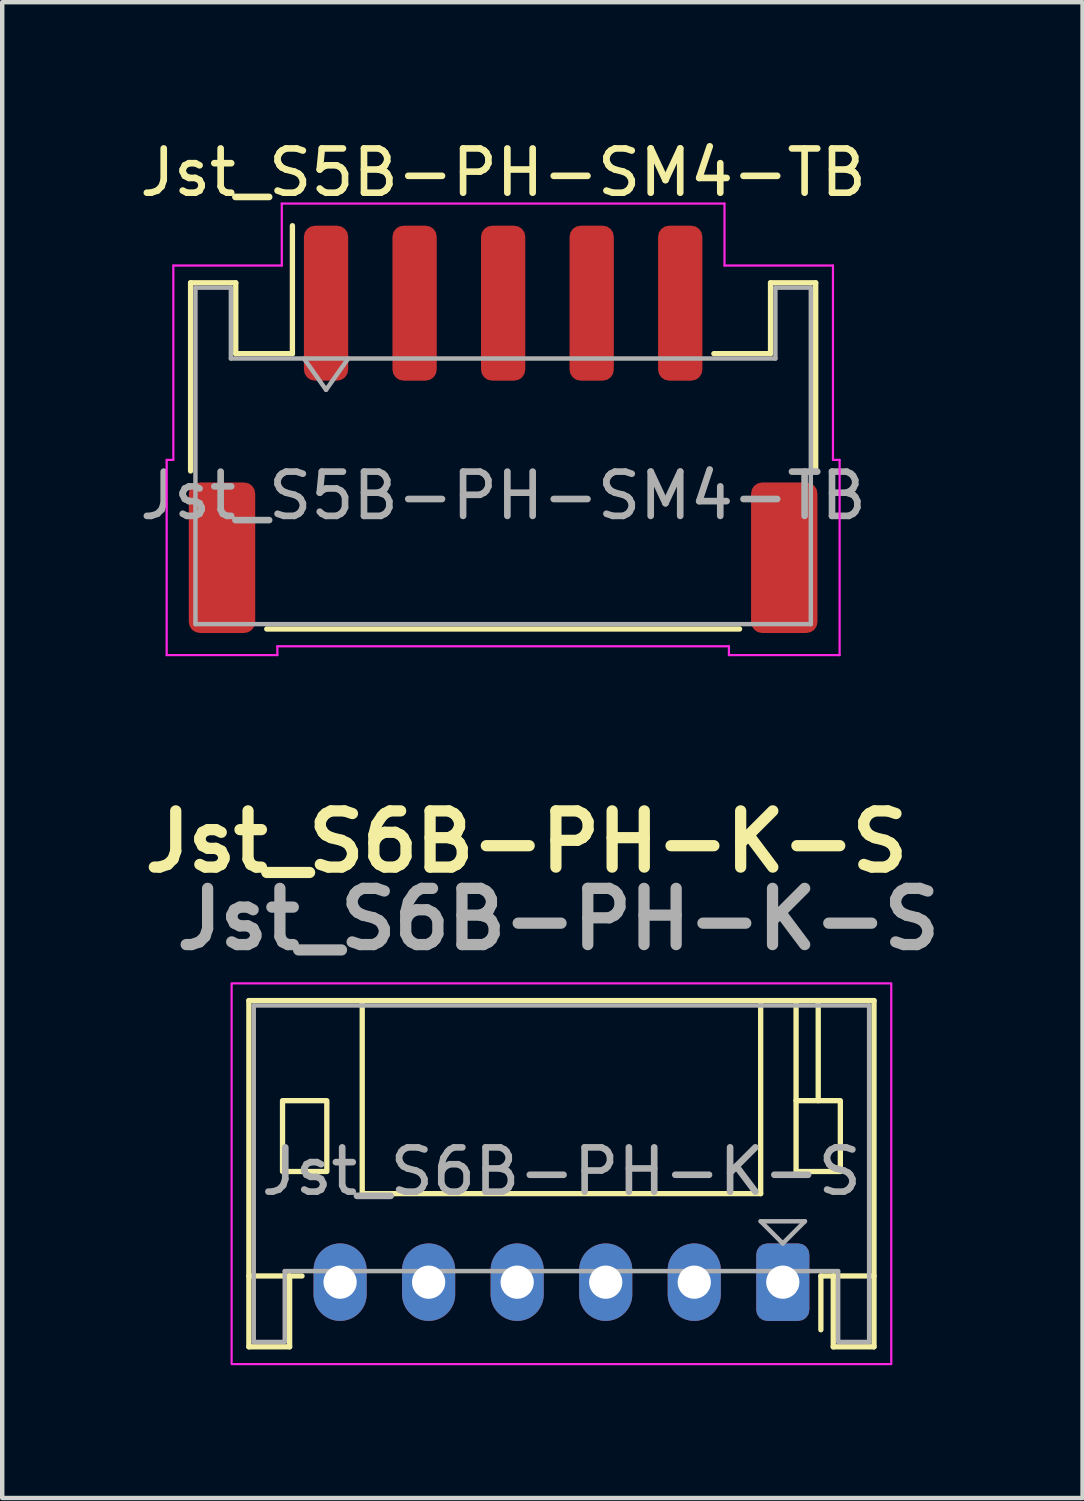
<source format=kicad_pcb>
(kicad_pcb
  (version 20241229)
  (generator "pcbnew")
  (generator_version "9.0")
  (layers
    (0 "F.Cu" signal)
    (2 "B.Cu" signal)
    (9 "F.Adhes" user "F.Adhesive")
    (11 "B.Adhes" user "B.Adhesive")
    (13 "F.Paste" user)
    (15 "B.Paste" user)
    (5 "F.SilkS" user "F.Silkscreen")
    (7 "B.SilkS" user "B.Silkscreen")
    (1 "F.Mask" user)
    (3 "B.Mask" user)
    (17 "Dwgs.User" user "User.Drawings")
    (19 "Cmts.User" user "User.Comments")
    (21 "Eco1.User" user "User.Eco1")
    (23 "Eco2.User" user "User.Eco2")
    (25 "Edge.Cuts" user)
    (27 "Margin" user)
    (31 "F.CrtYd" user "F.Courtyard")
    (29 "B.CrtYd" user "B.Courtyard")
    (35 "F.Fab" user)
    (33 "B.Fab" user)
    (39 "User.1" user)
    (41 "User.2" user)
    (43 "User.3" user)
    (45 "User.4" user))
  (footprint "Jst_S5B-PH-SM4-TB"
    (layer "F.Cu")
    (at 8.315 6.648)
    (property "Reference" "Jst_S5B-PH-SM4-TB" (at 0 -5.8 0) (layer "F.SilkS") (effects (font (size 1 1) (thickness 0.15))))
    (attr smd)
    (fp_line (start -7.06 -3.31) (end -6.04 -3.31) (stroke (width 0.12) (type solid)) (layer "F.SilkS"))
    (fp_line (start -7.06 0.94) (end -7.06 -3.31) (stroke (width 0.12) (type solid)) (layer "F.SilkS"))
    (fp_line (start -6.04 -3.31) (end -6.04 -1.71) (stroke (width 0.12) (type solid)) (layer "F.SilkS"))
    (fp_line (start -6.04 -1.71) (end -4.76 -1.71) (stroke (width 0.12) (type solid)) (layer "F.SilkS"))
    (fp_line (start -5.34 4.51) (end 5.34 4.51) (stroke (width 0.12) (type solid)) (layer "F.SilkS"))
    (fp_line (start -4.76 -1.71) (end -4.76 -4.6) (stroke (width 0.12) (type solid)) (layer "F.SilkS"))
    (fp_line (start 6.04 -3.31) (end 6.04 -1.71) (stroke (width 0.12) (type solid)) (layer "F.SilkS"))
    (fp_line (start 6.04 -1.71) (end 4.76 -1.71) (stroke (width 0.12) (type solid)) (layer "F.SilkS"))
    (fp_line (start 7.06 -3.31) (end 6.04 -3.31) (stroke (width 0.12) (type solid)) (layer "F.SilkS"))
    (fp_line (start 7.06 0.94) (end 7.06 -3.31) (stroke (width 0.12) (type solid)) (layer "F.SilkS"))
    (fp_line (start -7.6 0.69) (end -7.45 0.69) (stroke (width 0.05) (type solid)) (layer "F.CrtYd"))
    (fp_line (start -7.6 5.1) (end -7.6 0.69) (stroke (width 0.05) (type solid)) (layer "F.CrtYd"))
    (fp_line (start -7.45 -3.7) (end -5 -3.7) (stroke (width 0.05) (type solid)) (layer "F.CrtYd"))
    (fp_line (start -7.45 0.69) (end -7.45 -3.7) (stroke (width 0.05) (type solid)) (layer "F.CrtYd"))
    (fp_line (start -5.1 4.9) (end -5.1 5.1) (stroke (width 0.05) (type solid)) (layer "F.CrtYd"))
    (fp_line (start -5.1 5.1) (end -7.6 5.1) (stroke (width 0.05) (type solid)) (layer "F.CrtYd"))
    (fp_line (start -5 -5.1) (end 5 -5.1) (stroke (width 0.05) (type solid)) (layer "F.CrtYd"))
    (fp_line (start -5 -3.7) (end -5 -5.1) (stroke (width 0.05) (type solid)) (layer "F.CrtYd"))
    (fp_line (start 5 -5.1) (end 5 -3.7) (stroke (width 0.05) (type solid)) (layer "F.CrtYd"))
    (fp_line (start 5 -3.7) (end 7.45 -3.7) (stroke (width 0.05) (type solid)) (layer "F.CrtYd"))
    (fp_line (start 5.1 4.9) (end -5.1 4.9) (stroke (width 0.05) (type solid)) (layer "F.CrtYd"))
    (fp_line (start 5.1 5.1) (end 5.1 4.9) (stroke (width 0.05) (type solid)) (layer "F.CrtYd"))
    (fp_line (start 7.45 -3.7) (end 7.45 0.69) (stroke (width 0.05) (type solid)) (layer "F.CrtYd"))
    (fp_line (start 7.45 0.69) (end 7.6 0.69) (stroke (width 0.05) (type solid)) (layer "F.CrtYd"))
    (fp_line (start 7.6 0.69) (end 7.6 5.1) (stroke (width 0.05) (type solid)) (layer "F.CrtYd"))
    (fp_line (start 7.6 5.1) (end 5.1 5.1) (stroke (width 0.05) (type solid)) (layer "F.CrtYd"))
    (fp_line (start -6.95 -3.2) (end -6.95 4.4) (stroke (width 0.1) (type solid)) (layer "F.Fab"))
    (fp_line (start -6.95 -3.2) (end -6.15 -3.2) (stroke (width 0.1) (type solid)) (layer "F.Fab"))
    (fp_line (start -6.95 4.4) (end 6.95 4.4) (stroke (width 0.1) (type solid)) (layer "F.Fab"))
    (fp_line (start -6.15 -3.2) (end -6.15 -1.6) (stroke (width 0.1) (type solid)) (layer "F.Fab"))
    (fp_line (start -6.15 -1.6) (end 6.15 -1.6) (stroke (width 0.1) (type solid)) (layer "F.Fab"))
    (fp_line (start -4.5 -1.6) (end -4 -0.893) (stroke (width 0.1) (type solid)) (layer "F.Fab"))
    (fp_line (start -4 -0.893) (end -3.5 -1.6) (stroke (width 0.1) (type solid)) (layer "F.Fab"))
    (fp_line (start 6.15 -3.2) (end 6.95 -3.2) (stroke (width 0.1) (type solid)) (layer "F.Fab"))
    (fp_line (start 6.15 -1.6) (end 6.15 -3.2) (stroke (width 0.1) (type solid)) (layer "F.Fab"))
    (fp_line (start 6.95 -3.2) (end 6.95 4.4) (stroke (width 0.1) (type solid)) (layer "F.Fab"))
    (fp_text user "${REFERENCE}" (at 0 1.5 0) (layer "F.Fab") (effects (font (size 1 1) (thickness 0.15))))
    (pad "1" smd roundrect (at -4 -2.85) (size 1 3.5) (layers "F.Cu" "F.Mask" "F.Paste") (roundrect_rratio 0.25))
    (pad "2" smd roundrect (at -2 -2.85) (size 1 3.5) (layers "F.Cu" "F.Mask" "F.Paste") (roundrect_rratio 0.25))
    (pad "3" smd roundrect (at 0 -2.85) (size 1 3.5) (layers "F.Cu" "F.Mask" "F.Paste") (roundrect_rratio 0.25))
    (pad "4" smd roundrect (at 2 -2.85) (size 1 3.5) (layers "F.Cu" "F.Mask" "F.Paste") (roundrect_rratio 0.25))
    (pad "5" smd roundrect (at 4 -2.85) (size 1 3.5) (layers "F.Cu" "F.Mask" "F.Paste") (roundrect_rratio 0.25))
    (pad "MP" smd roundrect (at -6.35 2.9) (size 1.5 3.4) (layers "F.Cu" "F.Mask" "F.Paste") (roundrect_rratio 0.167))
    (pad "MP" smd roundrect (at 6.35 2.9) (size 1.5 3.4) (layers "F.Cu" "F.Mask" "F.Paste") (roundrect_rratio 0.167)))
  (footprint "Jst_S6B-PH-K-S"
    (layer "F.Cu")
    (at 14.632 25.912)
    (property "Reference" "Jst_S6B-PH-K-S" (at -5.79 -9.95 0) (layer "F.SilkS") (effects (font (size 1.27 1.27) (thickness 0.254))))
    (attr through_hole)
    (fp_line (start -12.06 -6.36) (end -12.06 1.46) (stroke (width 0.12) (type solid)) (layer "F.SilkS"))
    (fp_line (start -12.06 -0.14) (end -11.14 -0.14) (stroke (width 0.12) (type solid)) (layer "F.SilkS"))
    (fp_line (start -12.06 1.46) (end -11.14 1.46) (stroke (width 0.12) (type solid)) (layer "F.SilkS"))
    (fp_line (start -11.14 -0.14) (end -10.86 -0.14) (stroke (width 0.12) (type solid)) (layer "F.SilkS"))
    (fp_line (start -11.14 1.46) (end -11.14 -0.14) (stroke (width 0.12) (type solid)) (layer "F.SilkS"))
    (fp_line (start -9.5 -2) (end -9.5 -6.36) (stroke (width 0.12) (type solid)) (layer "F.SilkS"))
    (fp_line (start -0.5 -6.36) (end -0.5 -2) (stroke (width 0.12) (type solid)) (layer "F.SilkS"))
    (fp_line (start -0.5 -2) (end -9.5 -2) (stroke (width 0.12) (type solid)) (layer "F.SilkS"))
    (fp_line (start 0.3 -4.1) (end 0.3 -6.36) (stroke (width 0.12) (type solid)) (layer "F.SilkS"))
    (fp_line (start 0.8 -4.1) (end 0.8 -6.36) (stroke (width 0.12) (type solid)) (layer "F.SilkS"))
    (fp_line (start 0.86 -0.14) (end 0.86 1.075) (stroke (width 0.12) (type solid)) (layer "F.SilkS"))
    (fp_line (start 0.86 -0.14) (end 1.14 -0.14) (stroke (width 0.12) (type solid)) (layer "F.SilkS"))
    (fp_line (start 1.14 -0.14) (end 1.14 1.46) (stroke (width 0.12) (type solid)) (layer "F.SilkS"))
    (fp_line (start 1.14 1.46) (end 2.06 1.46) (stroke (width 0.12) (type solid)) (layer "F.SilkS"))
    (fp_line (start 2.06 -6.36) (end -12.06 -6.36) (stroke (width 0.12) (type solid)) (layer "F.SilkS"))
    (fp_line (start 2.06 -0.14) (end 1.14 -0.14) (stroke (width 0.12) (type solid)) (layer "F.SilkS"))
    (fp_line (start 2.06 1.46) (end 2.06 -6.36) (stroke (width 0.12) (type solid)) (layer "F.SilkS"))
    (fp_rect (start -11.3 -4.1) (end -10.3 -2.5) (stroke (width 0.12) (type solid)) (fill no) (layer "F.SilkS"))
    (fp_rect (start 0.3 -4.1) (end 1.3 -2.5) (stroke (width 0.12) (type solid)) (fill no) (layer "F.SilkS"))
    (fp_rect (start -12.45 -6.75) (end 2.45 1.85) (stroke (width 0.05) (type solid)) (fill no) (layer "F.CrtYd"))
    (fp_line (start -11.95 -6.25) (end -11.95 1.35) (stroke (width 0.1) (type solid)) (layer "F.Fab"))
    (fp_line (start -11.95 1.35) (end -11.25 1.35) (stroke (width 0.1) (type solid)) (layer "F.Fab"))
    (fp_line (start -11.25 -0.25) (end 1.25 -0.25) (stroke (width 0.1) (type solid)) (layer "F.Fab"))
    (fp_line (start -11.25 1.35) (end -11.25 -0.25) (stroke (width 0.1) (type solid)) (layer "F.Fab"))
    (fp_line (start -0.5 -1.375) (end 0 -0.875) (stroke (width 0.1) (type solid)) (layer "F.Fab"))
    (fp_line (start 0 -0.875) (end 0.5 -1.375) (stroke (width 0.1) (type solid)) (layer "F.Fab"))
    (fp_line (start 0.5 -1.375) (end -0.5 -1.375) (stroke (width 0.1) (type solid)) (layer "F.Fab"))
    (fp_line (start 1.25 -0.25) (end 1.25 1.35) (stroke (width 0.1) (type solid)) (layer "F.Fab"))
    (fp_line (start 1.25 1.35) (end 1.95 1.35) (stroke (width 0.1) (type solid)) (layer "F.Fab"))
    (fp_line (start 1.95 -6.25) (end -11.95 -6.25) (stroke (width 0.1) (type solid)) (layer "F.Fab"))
    (fp_line (start 1.95 1.35) (end 1.95 -6.25) (stroke (width 0.1) (type solid)) (layer "F.Fab"))
    (fp_text user "${REFERENCE}" (at -5.07 -8.2 0) (layer "F.Fab") (effects (font (size 1.27 1.27) (thickness 0.254))))
    (fp_text user "${REFERENCE}" (at -5 -2.5 180) (layer "F.Fab") (effects (font (size 1 1) (thickness 0.15))))
    (pad "1" thru_hole roundrect (at 0 0 180) (size 1.2 1.75) (drill 0.75) (layers "*.Cu" "*.Mask") (roundrect_rratio 0.208))
    (pad "2" thru_hole oval (at -2 0 180) (size 1.2 1.75) (drill 0.75) (layers "*.Cu" "*.Mask"))
    (pad "3" thru_hole oval (at -4 0 180) (size 1.2 1.75) (drill 0.75) (layers "*.Cu" "*.Mask"))
    (pad "4" thru_hole oval (at -6 0 180) (size 1.2 1.75) (drill 0.75) (layers "*.Cu" "*.Mask"))
    (pad "5" thru_hole oval (at -8 0 180) (size 1.2 1.75) (drill 0.75) (layers "*.Cu" "*.Mask"))
    (pad "6" thru_hole oval (at -10 0 180) (size 1.2 1.75) (drill 0.75) (layers "*.Cu" "*.Mask")))
  (gr_rect
    (start -3 -3)
    (end 21.403 30.787)
    (stroke (width 0.1) (type default))
    (fill no)
    (layer "Edge.Cuts")))
</source>
